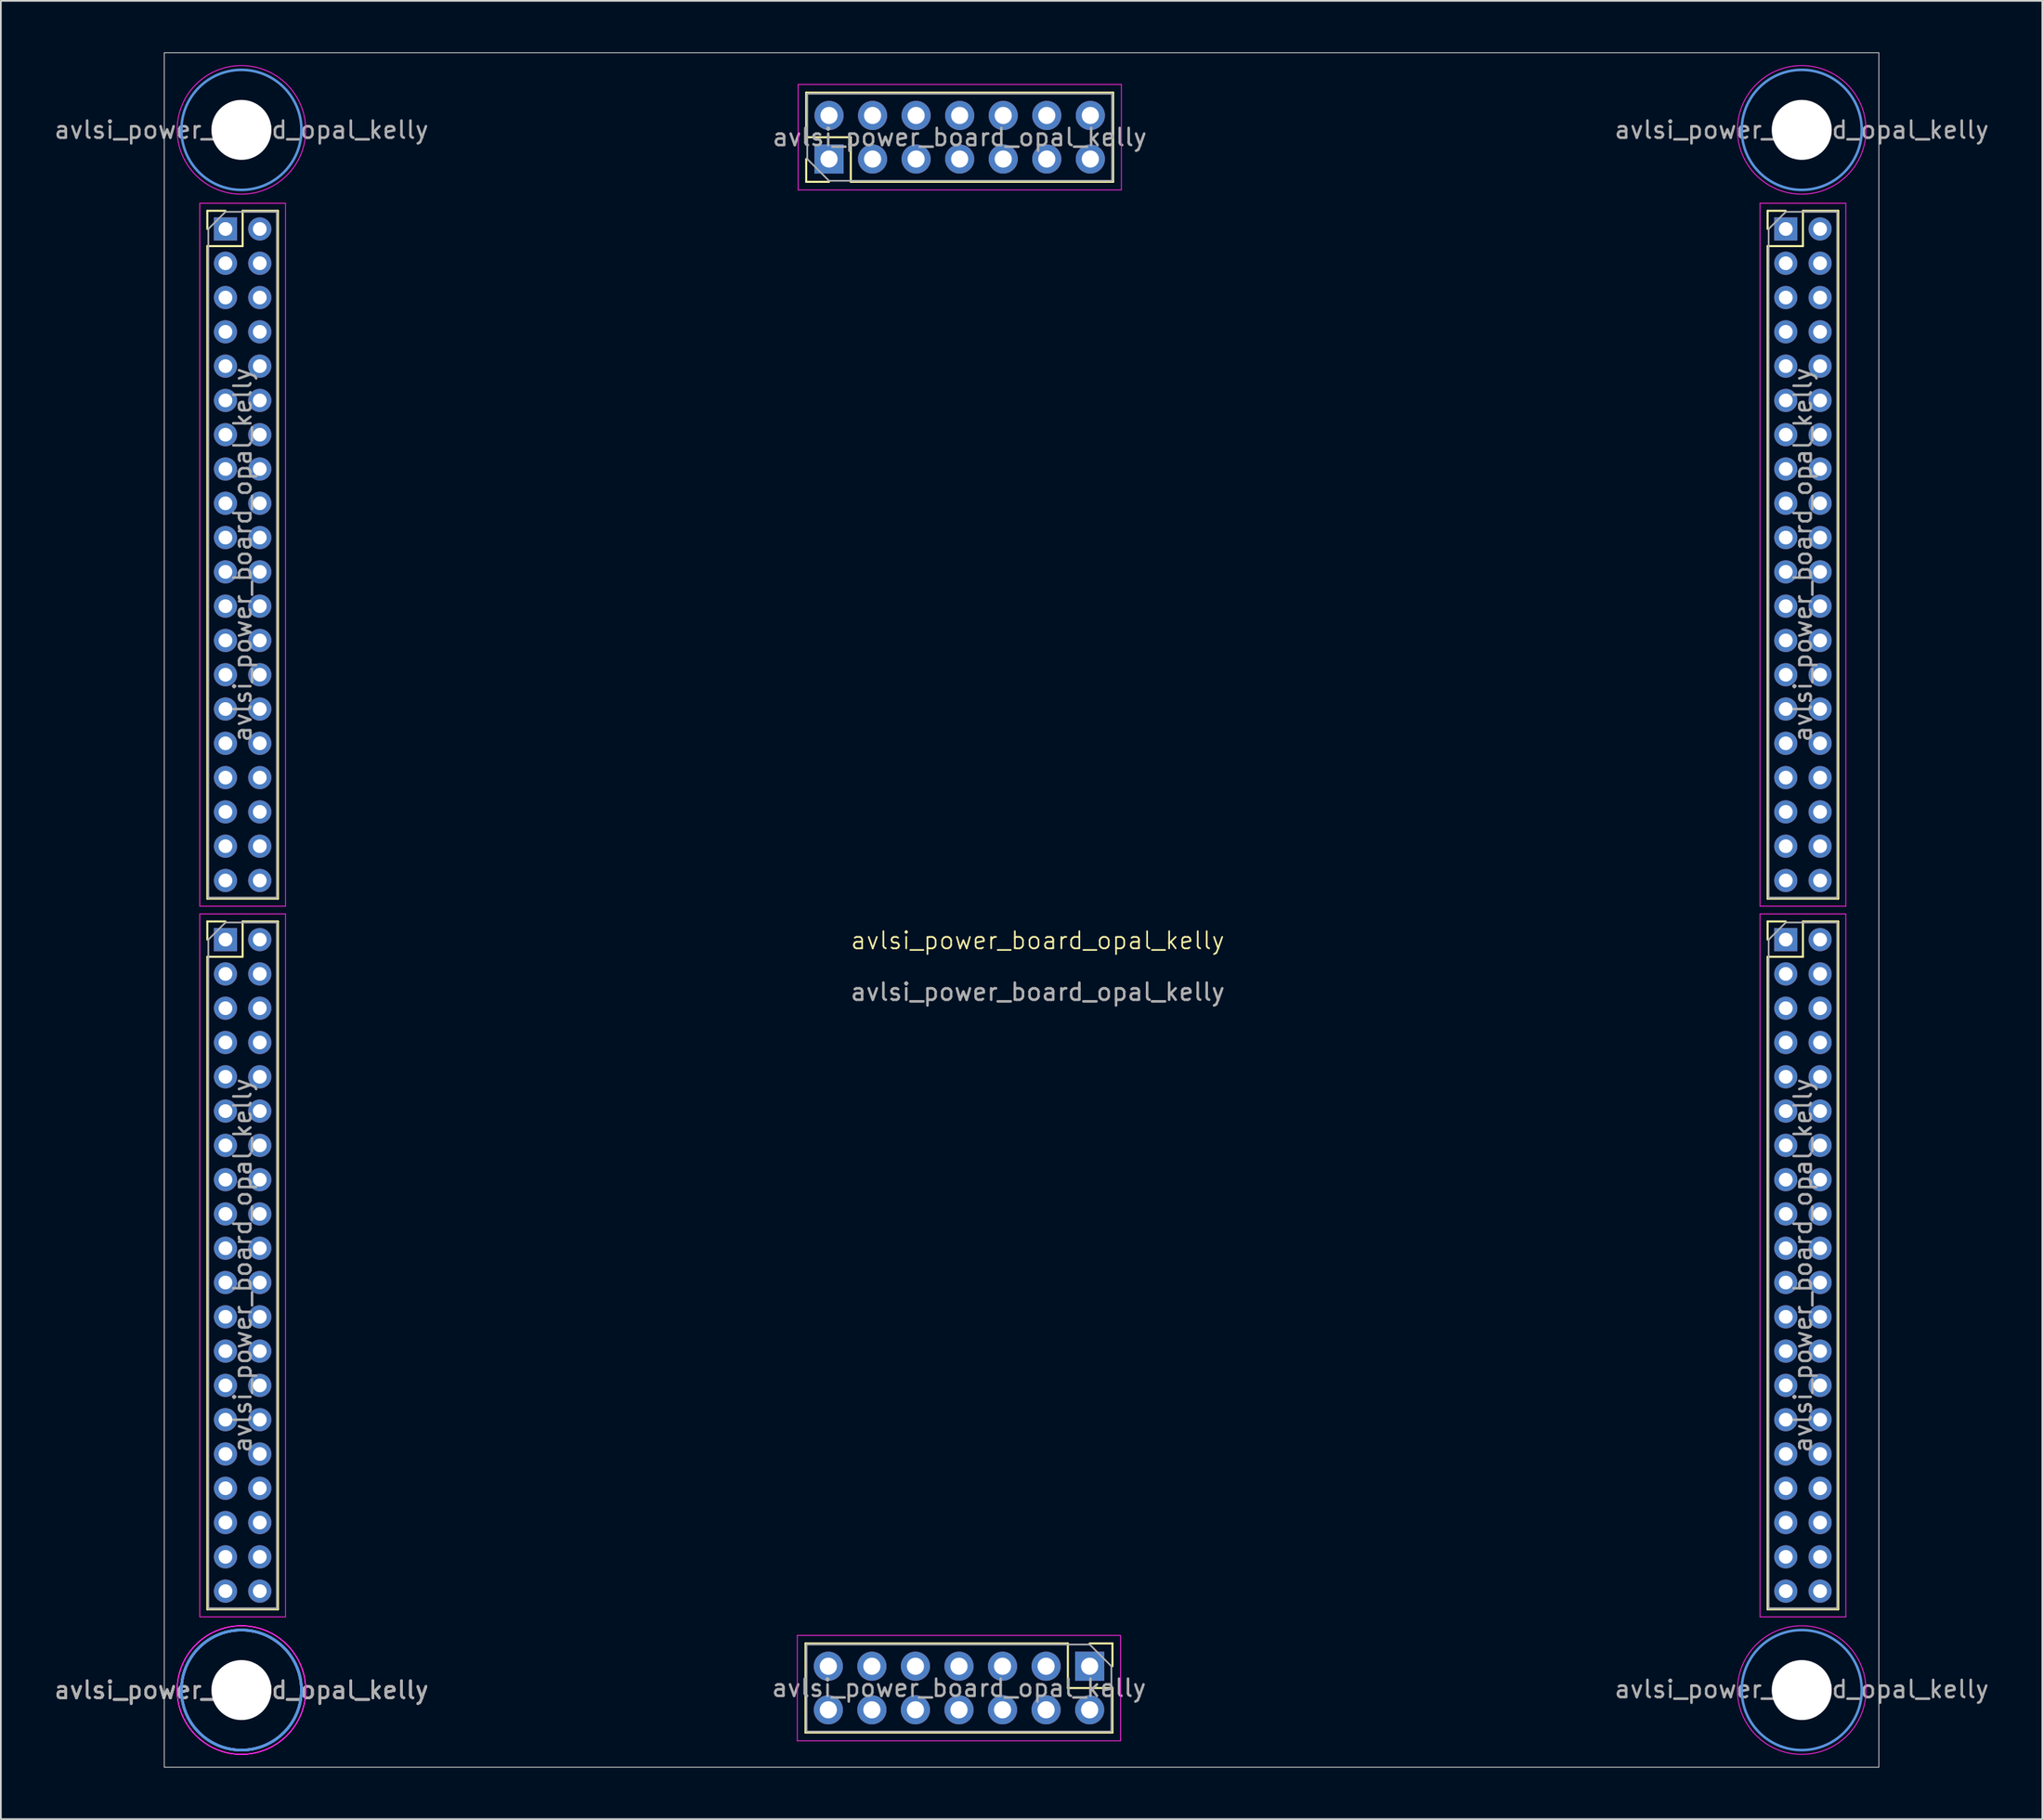
<source format=kicad_pcb>
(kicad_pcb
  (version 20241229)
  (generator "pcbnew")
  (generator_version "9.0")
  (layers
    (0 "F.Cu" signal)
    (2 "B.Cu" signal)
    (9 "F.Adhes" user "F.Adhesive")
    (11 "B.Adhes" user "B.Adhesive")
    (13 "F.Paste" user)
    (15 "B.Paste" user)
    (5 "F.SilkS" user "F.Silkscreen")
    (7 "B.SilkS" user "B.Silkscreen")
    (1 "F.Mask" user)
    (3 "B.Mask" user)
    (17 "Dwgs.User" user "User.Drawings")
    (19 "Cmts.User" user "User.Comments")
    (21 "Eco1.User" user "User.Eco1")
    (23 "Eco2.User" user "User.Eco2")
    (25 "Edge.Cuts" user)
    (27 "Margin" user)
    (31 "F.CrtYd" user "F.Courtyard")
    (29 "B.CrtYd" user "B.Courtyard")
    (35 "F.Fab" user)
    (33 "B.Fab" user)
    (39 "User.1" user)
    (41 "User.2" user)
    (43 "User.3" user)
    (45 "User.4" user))
  (footprint "avlsi_power_board_opal_kelly"
    (layer "F.Cu")
    (at 57.47 52.305)
    (property "Reference" "avlsi_power_board_opal_kelly" (at 0 -0.5 0) (unlocked yes) (layer "F.SilkS") (effects (font (size 1 1) (thickness 0.1))))
    (attr through_hole)
    (fp_line (start -48.43 -43.06) (end -47.37 -43.06) (stroke (width 0.12) (type solid)) (layer "F.SilkS"))
    (fp_line (start -48.43 -42) (end -48.43 -43.06) (stroke (width 0.12) (type solid)) (layer "F.SilkS"))
    (fp_line (start -48.43 -41) (end -48.43 -2.94) (stroke (width 0.12) (type solid)) (layer "F.SilkS"))
    (fp_line (start -48.43 -41) (end -46.37 -41) (stroke (width 0.12) (type solid)) (layer "F.SilkS"))
    (fp_line (start -48.43 -2.94) (end -44.31 -2.94) (stroke (width 0.12) (type solid)) (layer "F.SilkS"))
    (fp_line (start -48.43 -1.61) (end -47.37 -1.61) (stroke (width 0.12) (type solid)) (layer "F.SilkS"))
    (fp_line (start -48.43 -0.55) (end -48.43 -1.61) (stroke (width 0.12) (type solid)) (layer "F.SilkS"))
    (fp_line (start -48.43 0.45) (end -48.43 38.51) (stroke (width 0.12) (type solid)) (layer "F.SilkS"))
    (fp_line (start -48.43 0.45) (end -46.37 0.45) (stroke (width 0.12) (type solid)) (layer "F.SilkS"))
    (fp_line (start -48.43 38.51) (end -44.31 38.51) (stroke (width 0.12) (type solid)) (layer "F.SilkS"))
    (fp_line (start -46.37 -43.06) (end -44.31 -43.06) (stroke (width 0.12) (type solid)) (layer "F.SilkS"))
    (fp_line (start -46.37 -41) (end -46.37 -43.06) (stroke (width 0.12) (type solid)) (layer "F.SilkS"))
    (fp_line (start -46.37 -1.61) (end -44.31 -1.61) (stroke (width 0.12) (type solid)) (layer "F.SilkS"))
    (fp_line (start -46.37 0.45) (end -46.37 -1.61) (stroke (width 0.12) (type solid)) (layer "F.SilkS"))
    (fp_line (start -44.31 -43.06) (end -44.31 -2.94) (stroke (width 0.12) (type solid)) (layer "F.SilkS"))
    (fp_line (start -44.31 -1.61) (end -44.31 38.51) (stroke (width 0.12) (type solid)) (layer "F.SilkS"))
    (fp_line (start -13.54 40.5) (end -13.54 45.7) (stroke (width 0.12) (type solid)) (layer "F.SilkS"))
    (fp_line (start -13.5 -49.95) (end 4.4 -49.95) (stroke (width 0.12) (type solid)) (layer "F.SilkS"))
    (fp_line (start -13.5 -47.35) (end -13.5 -49.95) (stroke (width 0.12) (type solid)) (layer "F.SilkS"))
    (fp_line (start -13.5 -44.75) (end -13.5 -46.08) (stroke (width 0.12) (type solid)) (layer "F.SilkS"))
    (fp_line (start -12.17 -44.75) (end -13.5 -44.75) (stroke (width 0.12) (type solid)) (layer "F.SilkS"))
    (fp_line (start -10.9 -47.35) (end -13.5 -47.35) (stroke (width 0.12) (type solid)) (layer "F.SilkS"))
    (fp_line (start -10.9 -44.75) (end -10.9 -47.35) (stroke (width 0.12) (type solid)) (layer "F.SilkS"))
    (fp_line (start -10.9 -44.75) (end 4.4 -44.75) (stroke (width 0.12) (type solid)) (layer "F.SilkS"))
    (fp_line (start 1.76 40.5) (end -13.54 40.5) (stroke (width 0.12) (type solid)) (layer "F.SilkS"))
    (fp_line (start 1.76 40.5) (end 1.76 43.1) (stroke (width 0.12) (type solid)) (layer "F.SilkS"))
    (fp_line (start 1.76 43.1) (end 4.36 43.1) (stroke (width 0.12) (type solid)) (layer "F.SilkS"))
    (fp_line (start 3.03 40.5) (end 4.36 40.5) (stroke (width 0.12) (type solid)) (layer "F.SilkS"))
    (fp_line (start 4.36 40.5) (end 4.36 41.83) (stroke (width 0.12) (type solid)) (layer "F.SilkS"))
    (fp_line (start 4.36 43.1) (end 4.36 45.7) (stroke (width 0.12) (type solid)) (layer "F.SilkS"))
    (fp_line (start 4.36 45.7) (end -13.54 45.7) (stroke (width 0.12) (type solid)) (layer "F.SilkS"))
    (fp_line (start 4.4 -44.75) (end 4.4 -49.95) (stroke (width 0.12) (type solid)) (layer "F.SilkS"))
    (fp_line (start 42.57 -43.06) (end 43.63 -43.06) (stroke (width 0.12) (type solid)) (layer "F.SilkS"))
    (fp_line (start 42.57 -42) (end 42.57 -43.06) (stroke (width 0.12) (type solid)) (layer "F.SilkS"))
    (fp_line (start 42.57 -41) (end 42.57 -2.94) (stroke (width 0.12) (type solid)) (layer "F.SilkS"))
    (fp_line (start 42.57 -41) (end 44.63 -41) (stroke (width 0.12) (type solid)) (layer "F.SilkS"))
    (fp_line (start 42.57 -2.94) (end 46.69 -2.94) (stroke (width 0.12) (type solid)) (layer "F.SilkS"))
    (fp_line (start 42.57 -1.61) (end 43.63 -1.61) (stroke (width 0.12) (type solid)) (layer "F.SilkS"))
    (fp_line (start 42.57 -0.55) (end 42.57 -1.61) (stroke (width 0.12) (type solid)) (layer "F.SilkS"))
    (fp_line (start 42.57 0.45) (end 42.57 38.51) (stroke (width 0.12) (type solid)) (layer "F.SilkS"))
    (fp_line (start 42.57 0.45) (end 44.63 0.45) (stroke (width 0.12) (type solid)) (layer "F.SilkS"))
    (fp_line (start 42.57 38.51) (end 46.69 38.51) (stroke (width 0.12) (type solid)) (layer "F.SilkS"))
    (fp_line (start 44.63 -43.06) (end 46.69 -43.06) (stroke (width 0.12) (type solid)) (layer "F.SilkS"))
    (fp_line (start 44.63 -41) (end 44.63 -43.06) (stroke (width 0.12) (type solid)) (layer "F.SilkS"))
    (fp_line (start 44.63 -1.61) (end 46.69 -1.61) (stroke (width 0.12) (type solid)) (layer "F.SilkS"))
    (fp_line (start 44.63 0.45) (end 44.63 -1.61) (stroke (width 0.12) (type solid)) (layer "F.SilkS"))
    (fp_line (start 46.69 -43.06) (end 46.69 -2.94) (stroke (width 0.12) (type solid)) (layer "F.SilkS"))
    (fp_line (start 46.69 -1.61) (end 46.69 38.51) (stroke (width 0.12) (type solid)) (layer "F.SilkS"))
    (fp_circle (center -46.44 -47.78) (end -42.94 -47.78) (stroke (width 0.15) (type solid)) (fill no) (layer "Cmts.User"))
    (fp_circle (center -46.44 43.22) (end -42.94 43.22) (stroke (width 0.15) (type solid)) (fill no) (layer "Cmts.User"))
    (fp_circle (center -46.44 43.22) (end -42.94 43.22) (stroke (width 0.15) (type solid)) (fill no) (layer "Cmts.User"))
    (fp_circle (center -46.44 43.22) (end -42.94 43.22) (stroke (width 0.15) (type solid)) (fill no) (layer "Cmts.User"))
    (fp_circle (center -46.44 43.22) (end -42.94 43.22) (stroke (width 0.15) (type solid)) (fill no) (layer "Cmts.User"))
    (fp_circle (center 44.56 -47.78) (end 48.06 -47.78) (stroke (width 0.15) (type solid)) (fill no) (layer "Cmts.User"))
    (fp_circle (center 44.56 43.22) (end 48.06 43.22) (stroke (width 0.15) (type solid)) (fill no) (layer "Cmts.User"))
    (fp_rect (start -50.94 -52.28) (end 49.06 47.72) (stroke (width 0.05) (type default)) (fill no) (layer "Edge.Cuts"))
    (fp_line (start -48.87 -43.5) (end -48.87 -2.5) (stroke (width 0.05) (type solid)) (layer "F.CrtYd"))
    (fp_line (start -48.87 -2.5) (end -43.87 -2.5) (stroke (width 0.05) (type solid)) (layer "F.CrtYd"))
    (fp_line (start -48.87 -2.05) (end -48.87 38.95) (stroke (width 0.05) (type solid)) (layer "F.CrtYd"))
    (fp_line (start -48.87 38.95) (end -43.87 38.95) (stroke (width 0.05) (type solid)) (layer "F.CrtYd"))
    (fp_line (start -43.87 -43.5) (end -48.87 -43.5) (stroke (width 0.05) (type solid)) (layer "F.CrtYd"))
    (fp_line (start -43.87 -2.5) (end -43.87 -43.5) (stroke (width 0.05) (type solid)) (layer "F.CrtYd"))
    (fp_line (start -43.87 -2.05) (end -48.87 -2.05) (stroke (width 0.05) (type solid)) (layer "F.CrtYd"))
    (fp_line (start -43.87 38.95) (end -43.87 -2.05) (stroke (width 0.05) (type solid)) (layer "F.CrtYd"))
    (fp_line (start -14.02 40.03) (end -14.02 46.18) (stroke (width 0.05) (type solid)) (layer "F.CrtYd"))
    (fp_line (start -14.02 46.18) (end 4.83 46.18) (stroke (width 0.05) (type solid)) (layer "F.CrtYd"))
    (fp_line (start -13.97 -50.43) (end -13.97 -44.28) (stroke (width 0.05) (type solid)) (layer "F.CrtYd"))
    (fp_line (start -13.97 -44.28) (end 4.88 -44.28) (stroke (width 0.05) (type solid)) (layer "F.CrtYd"))
    (fp_line (start 4.83 40.03) (end -14.02 40.03) (stroke (width 0.05) (type solid)) (layer "F.CrtYd"))
    (fp_line (start 4.83 46.18) (end 4.83 40.03) (stroke (width 0.05) (type solid)) (layer "F.CrtYd"))
    (fp_line (start 4.88 -50.43) (end -13.97 -50.43) (stroke (width 0.05) (type solid)) (layer "F.CrtYd"))
    (fp_line (start 4.88 -44.28) (end 4.88 -50.43) (stroke (width 0.05) (type solid)) (layer "F.CrtYd"))
    (fp_line (start 42.13 -43.5) (end 42.13 -2.5) (stroke (width 0.05) (type solid)) (layer "F.CrtYd"))
    (fp_line (start 42.13 -2.5) (end 47.13 -2.5) (stroke (width 0.05) (type solid)) (layer "F.CrtYd"))
    (fp_line (start 42.13 -2.05) (end 42.13 38.95) (stroke (width 0.05) (type solid)) (layer "F.CrtYd"))
    (fp_line (start 42.13 38.95) (end 47.13 38.95) (stroke (width 0.05) (type solid)) (layer "F.CrtYd"))
    (fp_line (start 47.13 -43.5) (end 42.13 -43.5) (stroke (width 0.05) (type solid)) (layer "F.CrtYd"))
    (fp_line (start 47.13 -2.5) (end 47.13 -43.5) (stroke (width 0.05) (type solid)) (layer "F.CrtYd"))
    (fp_line (start 47.13 -2.05) (end 42.13 -2.05) (stroke (width 0.05) (type solid)) (layer "F.CrtYd"))
    (fp_line (start 47.13 38.95) (end 47.13 -2.05) (stroke (width 0.05) (type solid)) (layer "F.CrtYd"))
    (fp_circle (center -46.44 -47.78) (end -42.69 -47.78) (stroke (width 0.05) (type solid)) (fill no) (layer "F.CrtYd"))
    (fp_circle (center -46.44 43.22) (end -42.69 43.22) (stroke (width 0.05) (type solid)) (fill no) (layer "F.CrtYd"))
    (fp_circle (center -46.44 43.22) (end -42.69 43.22) (stroke (width 0.05) (type solid)) (fill no) (layer "F.CrtYd"))
    (fp_circle (center -46.44 43.22) (end -42.69 43.22) (stroke (width 0.05) (type solid)) (fill no) (layer "F.CrtYd"))
    (fp_circle (center -46.44 43.22) (end -42.69 43.22) (stroke (width 0.05) (type solid)) (fill no) (layer "F.CrtYd"))
    (fp_circle (center 44.56 -47.78) (end 48.31 -47.78) (stroke (width 0.05) (type solid)) (fill no) (layer "F.CrtYd"))
    (fp_circle (center 44.56 43.22) (end 48.31 43.22) (stroke (width 0.05) (type solid)) (fill no) (layer "F.CrtYd"))
    (fp_line (start -48.37 -42) (end -47.37 -43) (stroke (width 0.1) (type solid)) (layer "F.Fab"))
    (fp_line (start -48.37 -3) (end -48.37 -42) (stroke (width 0.1) (type solid)) (layer "F.Fab"))
    (fp_line (start -48.37 -0.55) (end -47.37 -1.55) (stroke (width 0.1) (type solid)) (layer "F.Fab"))
    (fp_line (start -48.37 38.45) (end -48.37 -0.55) (stroke (width 0.1) (type solid)) (layer "F.Fab"))
    (fp_line (start -47.37 -43) (end -44.37 -43) (stroke (width 0.1) (type solid)) (layer "F.Fab"))
    (fp_line (start -47.37 -1.55) (end -44.37 -1.55) (stroke (width 0.1) (type solid)) (layer "F.Fab"))
    (fp_line (start -44.37 -43) (end -44.37 -3) (stroke (width 0.1) (type solid)) (layer "F.Fab"))
    (fp_line (start -44.37 -3) (end -48.37 -3) (stroke (width 0.1) (type solid)) (layer "F.Fab"))
    (fp_line (start -44.37 -1.55) (end -44.37 38.45) (stroke (width 0.1) (type solid)) (layer "F.Fab"))
    (fp_line (start -44.37 38.45) (end -48.37 38.45) (stroke (width 0.1) (type solid)) (layer "F.Fab"))
    (fp_line (start -13.48 40.56) (end 3.03 40.56) (stroke (width 0.1) (type solid)) (layer "F.Fab"))
    (fp_line (start -13.48 45.64) (end -13.48 40.56) (stroke (width 0.1) (type solid)) (layer "F.Fab"))
    (fp_line (start -13.44 -49.89) (end 4.34 -49.89) (stroke (width 0.1) (type solid)) (layer "F.Fab"))
    (fp_line (start -13.44 -46.08) (end -13.44 -49.89) (stroke (width 0.1) (type solid)) (layer "F.Fab"))
    (fp_line (start -12.17 -44.81) (end -13.44 -46.08) (stroke (width 0.1) (type solid)) (layer "F.Fab"))
    (fp_line (start 3.03 40.56) (end 4.3 41.83) (stroke (width 0.1) (type solid)) (layer "F.Fab"))
    (fp_line (start 4.3 41.83) (end 4.3 45.64) (stroke (width 0.1) (type solid)) (layer "F.Fab"))
    (fp_line (start 4.3 45.64) (end -13.48 45.64) (stroke (width 0.1) (type solid)) (layer "F.Fab"))
    (fp_line (start 4.34 -49.89) (end 4.34 -44.81) (stroke (width 0.1) (type solid)) (layer "F.Fab"))
    (fp_line (start 4.34 -44.81) (end -12.17 -44.81) (stroke (width 0.1) (type solid)) (layer "F.Fab"))
    (fp_line (start 42.63 -42) (end 43.63 -43) (stroke (width 0.1) (type solid)) (layer "F.Fab"))
    (fp_line (start 42.63 -3) (end 42.63 -42) (stroke (width 0.1) (type solid)) (layer "F.Fab"))
    (fp_line (start 42.63 -0.55) (end 43.63 -1.55) (stroke (width 0.1) (type solid)) (layer "F.Fab"))
    (fp_line (start 42.63 38.45) (end 42.63 -0.55) (stroke (width 0.1) (type solid)) (layer "F.Fab"))
    (fp_line (start 43.63 -43) (end 46.63 -43) (stroke (width 0.1) (type solid)) (layer "F.Fab"))
    (fp_line (start 43.63 -1.55) (end 46.63 -1.55) (stroke (width 0.1) (type solid)) (layer "F.Fab"))
    (fp_line (start 46.63 -43) (end 46.63 -3) (stroke (width 0.1) (type solid)) (layer "F.Fab"))
    (fp_line (start 46.63 -3) (end 42.63 -3) (stroke (width 0.1) (type solid)) (layer "F.Fab"))
    (fp_line (start 46.63 -1.55) (end 46.63 38.45) (stroke (width 0.1) (type solid)) (layer "F.Fab"))
    (fp_line (start 46.63 38.45) (end 42.63 38.45) (stroke (width 0.1) (type solid)) (layer "F.Fab"))
    (fp_text user "${REFERENCE}" (at 44.56 -47.78 0) (layer "F.Fab") (effects (font (size 1 1) (thickness 0.15))))
    (fp_text user "${REFERENCE}" (at -4.59 43.1 0) (layer "F.Fab") (effects (font (size 1 1) (thickness 0.15))))
    (fp_text user "${REFERENCE}" (at -46.44 43.22 0) (layer "F.Fab") (effects (font (size 1 1) (thickness 0.15))))
    (fp_text user "${REFERENCE}" (at 44.63 18.45 90) (layer "F.Fab") (effects (font (size 1 1) (thickness 0.15))))
    (fp_text user "${REFERENCE}" (at -4.55 -47.35 180) (layer "F.Fab") (effects (font (size 1 1) (thickness 0.15))))
    (fp_text user "${REFERENCE}" (at -46.44 43.22 0) (layer "F.Fab") (effects (font (size 1 1) (thickness 0.15))))
    (fp_text user "${REFERENCE}" (at 0 2.5 0) (unlocked yes) (layer "F.Fab") (effects (font (size 1 1) (thickness 0.15))))
    (fp_text user "${REFERENCE}" (at -46.44 -47.78 0) (layer "F.Fab") (effects (font (size 1 1) (thickness 0.15))))
    (fp_text user "${REFERENCE}" (at 44.63 -23 90) (layer "F.Fab") (effects (font (size 1 1) (thickness 0.15))))
    (fp_text user "${REFERENCE}" (at 44.56 43.17 0) (layer "F.Fab") (effects (font (size 1 1) (thickness 0.15))))
    (fp_text user "${REFERENCE}" (at -46.37 -23 90) (layer "F.Fab") (effects (font (size 1 1) (thickness 0.15))))
    (fp_text user "${REFERENCE}" (at -46.37 18.45 90) (layer "F.Fab") (effects (font (size 1 1) (thickness 0.15))))
    (fp_text user "${REFERENCE}" (at -46.44 43.22 0) (layer "F.Fab") (effects (font (size 1 1) (thickness 0.15))))
    (fp_text user "${REFERENCE}" (at -46.44 43.22 0) (layer "F.Fab") (effects (font (size 1 1) (thickness 0.15))))
    (pad "" np_thru_hole circle (at -46.44 -47.78) (size 3.5 3.5) (drill 3.5) (layers "*.Cu" "*.Mask"))
    (pad "" np_thru_hole circle (at -46.44 43.22) (size 3.5 3.5) (drill 3.5) (layers "*.Cu" "*.Mask"))
    (pad "" np_thru_hole circle (at 44.56 -47.78) (size 3.5 3.5) (drill 3.5) (layers "*.Cu" "*.Mask"))
    (pad "" np_thru_hole circle (at 44.56 43.22) (size 3.5 3.5) (drill 3.5) (layers "*.Cu" "*.Mask"))
    (pad "01" thru_hole rect (at -47.37 -42) (size 1.35 1.35) (drill 0.8) (layers "*.Cu" "*.Mask"))
    (pad "02" thru_hole oval (at -45.37 -42) (size 1.35 1.35) (drill 0.8) (layers "*.Cu" "*.Mask"))
    (pad "03" thru_hole oval (at -47.37 -40) (size 1.35 1.35) (drill 0.8) (layers "*.Cu" "*.Mask"))
    (pad "04" thru_hole oval (at -45.37 -40) (size 1.35 1.35) (drill 0.8) (layers "*.Cu" "*.Mask"))
    (pad "05" thru_hole oval (at -47.37 -38) (size 1.35 1.35) (drill 0.8) (layers "*.Cu" "*.Mask"))
    (pad "06" thru_hole oval (at -45.37 -38) (size 1.35 1.35) (drill 0.8) (layers "*.Cu" "*.Mask"))
    (pad "07" thru_hole oval (at -47.37 -36) (size 1.35 1.35) (drill 0.8) (layers "*.Cu" "*.Mask"))
    (pad "08" thru_hole oval (at -45.37 -36) (size 1.35 1.35) (drill 0.8) (layers "*.Cu" "*.Mask"))
    (pad "09" thru_hole oval (at -47.37 -34) (size 1.35 1.35) (drill 0.8) (layers "*.Cu" "*.Mask"))
    (pad "10" thru_hole oval (at -45.37 -34) (size 1.35 1.35) (drill 0.8) (layers "*.Cu" "*.Mask"))
    (pad "11" thru_hole oval (at -47.37 -32) (size 1.35 1.35) (drill 0.8) (layers "*.Cu" "*.Mask"))
    (pad "12" thru_hole oval (at -45.37 -32) (size 1.35 1.35) (drill 0.8) (layers "*.Cu" "*.Mask"))
    (pad "13" thru_hole oval (at -47.37 -30) (size 1.35 1.35) (drill 0.8) (layers "*.Cu" "*.Mask"))
    (pad "14" thru_hole oval (at -45.37 -30) (size 1.35 1.35) (drill 0.8) (layers "*.Cu" "*.Mask"))
    (pad "15" thru_hole oval (at -47.37 -28) (size 1.35 1.35) (drill 0.8) (layers "*.Cu" "*.Mask"))
    (pad "16" thru_hole oval (at -45.37 -28) (size 1.35 1.35) (drill 0.8) (layers "*.Cu" "*.Mask"))
    (pad "17" thru_hole oval (at -47.37 -26) (size 1.35 1.35) (drill 0.8) (layers "*.Cu" "*.Mask"))
    (pad "18" thru_hole oval (at -45.37 -26) (size 1.35 1.35) (drill 0.8) (layers "*.Cu" "*.Mask"))
    (pad "19" thru_hole oval (at -47.37 -24) (size 1.35 1.35) (drill 0.8) (layers "*.Cu" "*.Mask"))
    (pad "20" thru_hole oval (at -45.37 -24) (size 1.35 1.35) (drill 0.8) (layers "*.Cu" "*.Mask"))
    (pad "21" thru_hole oval (at -47.37 -22) (size 1.35 1.35) (drill 0.8) (layers "*.Cu" "*.Mask"))
    (pad "22" thru_hole oval (at -45.37 -22) (size 1.35 1.35) (drill 0.8) (layers "*.Cu" "*.Mask"))
    (pad "23" thru_hole oval (at -47.37 -20) (size 1.35 1.35) (drill 0.8) (layers "*.Cu" "*.Mask"))
    (pad "24" thru_hole oval (at -45.37 -20) (size 1.35 1.35) (drill 0.8) (layers "*.Cu" "*.Mask"))
    (pad "25" thru_hole oval (at -47.37 -18) (size 1.35 1.35) (drill 0.8) (layers "*.Cu" "*.Mask"))
    (pad "26" thru_hole oval (at -45.37 -18) (size 1.35 1.35) (drill 0.8) (layers "*.Cu" "*.Mask"))
    (pad "27" thru_hole oval (at -47.37 -16) (size 1.35 1.35) (drill 0.8) (layers "*.Cu" "*.Mask"))
    (pad "28" thru_hole oval (at -45.37 -16) (size 1.35 1.35) (drill 0.8) (layers "*.Cu" "*.Mask"))
    (pad "29" thru_hole oval (at -47.37 -14) (size 1.35 1.35) (drill 0.8) (layers "*.Cu" "*.Mask"))
    (pad "30" thru_hole oval (at -45.37 -14) (size 1.35 1.35) (drill 0.8) (layers "*.Cu" "*.Mask"))
    (pad "31" thru_hole oval (at -47.37 -12) (size 1.35 1.35) (drill 0.8) (layers "*.Cu" "*.Mask"))
    (pad "32" thru_hole oval (at -45.37 -12) (size 1.35 1.35) (drill 0.8) (layers "*.Cu" "*.Mask"))
    (pad "33" thru_hole oval (at -47.37 -10) (size 1.35 1.35) (drill 0.8) (layers "*.Cu" "*.Mask"))
    (pad "34" thru_hole oval (at -45.37 -10) (size 1.35 1.35) (drill 0.8) (layers "*.Cu" "*.Mask"))
    (pad "35" thru_hole oval (at -47.37 -8) (size 1.35 1.35) (drill 0.8) (layers "*.Cu" "*.Mask"))
    (pad "36" thru_hole oval (at -45.37 -8) (size 1.35 1.35) (drill 0.8) (layers "*.Cu" "*.Mask"))
    (pad "37" thru_hole oval (at -47.37 -6) (size 1.35 1.35) (drill 0.8) (layers "*.Cu" "*.Mask"))
    (pad "38" thru_hole oval (at -45.37 -6) (size 1.35 1.35) (drill 0.8) (layers "*.Cu" "*.Mask"))
    (pad "39" thru_hole oval (at -47.37 -4) (size 1.35 1.35) (drill 0.8) (layers "*.Cu" "*.Mask"))
    (pad "40" thru_hole oval (at -45.37 -4) (size 1.35 1.35) (drill 0.8) (layers "*.Cu" "*.Mask"))
    (pad "41" thru_hole rect (at -47.37 -0.55) (size 1.35 1.35) (drill 0.8) (layers "*.Cu" "*.Mask"))
    (pad "42" thru_hole oval (at -45.37 -0.55) (size 1.35 1.35) (drill 0.8) (layers "*.Cu" "*.Mask"))
    (pad "43" thru_hole oval (at -47.37 1.45) (size 1.35 1.35) (drill 0.8) (layers "*.Cu" "*.Mask"))
    (pad "44" thru_hole oval (at -45.37 1.45) (size 1.35 1.35) (drill 0.8) (layers "*.Cu" "*.Mask"))
    (pad "45" thru_hole oval (at -47.37 3.45) (size 1.35 1.35) (drill 0.8) (layers "*.Cu" "*.Mask"))
    (pad "46" thru_hole oval (at -45.37 3.45) (size 1.35 1.35) (drill 0.8) (layers "*.Cu" "*.Mask"))
    (pad "47" thru_hole oval (at -47.37 5.45) (size 1.35 1.35) (drill 0.8) (layers "*.Cu" "*.Mask"))
    (pad "48" thru_hole oval (at -45.37 5.45) (size 1.35 1.35) (drill 0.8) (layers "*.Cu" "*.Mask"))
    (pad "49" thru_hole oval (at -47.37 7.45) (size 1.35 1.35) (drill 0.8) (layers "*.Cu" "*.Mask"))
    (pad "50" thru_hole oval (at -45.37 7.45) (size 1.35 1.35) (drill 0.8) (layers "*.Cu" "*.Mask"))
    (pad "51" thru_hole oval (at -47.37 9.45) (size 1.35 1.35) (drill 0.8) (layers "*.Cu" "*.Mask"))
    (pad "52" thru_hole oval (at -45.37 9.45) (size 1.35 1.35) (drill 0.8) (layers "*.Cu" "*.Mask"))
    (pad "53" thru_hole oval (at -47.37 11.45) (size 1.35 1.35) (drill 0.8) (layers "*.Cu" "*.Mask"))
    (pad "54" thru_hole oval (at -45.37 11.45) (size 1.35 1.35) (drill 0.8) (layers "*.Cu" "*.Mask"))
    (pad "55" thru_hole oval (at -47.37 13.45) (size 1.35 1.35) (drill 0.8) (layers "*.Cu" "*.Mask"))
    (pad "56" thru_hole oval (at -45.37 13.45) (size 1.35 1.35) (drill 0.8) (layers "*.Cu" "*.Mask"))
    (pad "57" thru_hole oval (at -47.37 15.45) (size 1.35 1.35) (drill 0.8) (layers "*.Cu" "*.Mask"))
    (pad "58" thru_hole oval (at -45.37 15.45) (size 1.35 1.35) (drill 0.8) (layers "*.Cu" "*.Mask"))
    (pad "59" thru_hole oval (at -47.37 17.45) (size 1.35 1.35) (drill 0.8) (layers "*.Cu" "*.Mask"))
    (pad "60" thru_hole oval (at -45.37 17.45) (size 1.35 1.35) (drill 0.8) (layers "*.Cu" "*.Mask"))
    (pad "61" thru_hole oval (at -47.37 19.45) (size 1.35 1.35) (drill 0.8) (layers "*.Cu" "*.Mask"))
    (pad "62" thru_hole oval (at -45.37 19.45) (size 1.35 1.35) (drill 0.8) (layers "*.Cu" "*.Mask"))
    (pad "63" thru_hole oval (at -47.37 21.45) (size 1.35 1.35) (drill 0.8) (layers "*.Cu" "*.Mask"))
    (pad "64" thru_hole oval (at -45.37 21.45) (size 1.35 1.35) (drill 0.8) (layers "*.Cu" "*.Mask"))
    (pad "65" thru_hole oval (at -47.37 23.45) (size 1.35 1.35) (drill 0.8) (layers "*.Cu" "*.Mask"))
    (pad "66" thru_hole oval (at -45.37 23.45) (size 1.35 1.35) (drill 0.8) (layers "*.Cu" "*.Mask"))
    (pad "67" thru_hole oval (at -47.37 25.45) (size 1.35 1.35) (drill 0.8) (layers "*.Cu" "*.Mask"))
    (pad "68" thru_hole oval (at -45.37 25.45) (size 1.35 1.35) (drill 0.8) (layers "*.Cu" "*.Mask"))
    (pad "69" thru_hole oval (at -47.37 27.45) (size 1.35 1.35) (drill 0.8) (layers "*.Cu" "*.Mask"))
    (pad "70" thru_hole oval (at -45.37 27.45) (size 1.35 1.35) (drill 0.8) (layers "*.Cu" "*.Mask"))
    (pad "71" thru_hole oval (at -47.37 29.45) (size 1.35 1.35) (drill 0.8) (layers "*.Cu" "*.Mask"))
    (pad "72" thru_hole oval (at -45.37 29.45) (size 1.35 1.35) (drill 0.8) (layers "*.Cu" "*.Mask"))
    (pad "73" thru_hole oval (at -47.37 31.45) (size 1.35 1.35) (drill 0.8) (layers "*.Cu" "*.Mask"))
    (pad "74" thru_hole oval (at -45.37 31.45) (size 1.35 1.35) (drill 0.8) (layers "*.Cu" "*.Mask"))
    (pad "75" thru_hole oval (at -47.37 33.45) (size 1.35 1.35) (drill 0.8) (layers "*.Cu" "*.Mask"))
    (pad "76" thru_hole oval (at -45.37 33.45) (size 1.35 1.35) (drill 0.8) (layers "*.Cu" "*.Mask"))
    (pad "77" thru_hole oval (at -47.37 35.45) (size 1.35 1.35) (drill 0.8) (layers "*.Cu" "*.Mask"))
    (pad "78" thru_hole oval (at -45.37 35.45) (size 1.35 1.35) (drill 0.8) (layers "*.Cu" "*.Mask"))
    (pad "79" thru_hole oval (at -47.37 37.45) (size 1.35 1.35) (drill 0.8) (layers "*.Cu" "*.Mask"))
    (pad "80" thru_hole oval (at -45.37 37.45) (size 1.35 1.35) (drill 0.8) (layers "*.Cu" "*.Mask"))
    (pad "81" thru_hole rect (at 43.63 -42) (size 1.35 1.35) (drill 0.8) (layers "*.Cu" "*.Mask"))
    (pad "82" thru_hole oval (at 45.63 -42) (size 1.35 1.35) (drill 0.8) (layers "*.Cu" "*.Mask"))
    (pad "83" thru_hole oval (at 43.63 -40) (size 1.35 1.35) (drill 0.8) (layers "*.Cu" "*.Mask"))
    (pad "84" thru_hole oval (at 45.63 -40) (size 1.35 1.35) (drill 0.8) (layers "*.Cu" "*.Mask"))
    (pad "85" thru_hole oval (at 43.63 -38) (size 1.35 1.35) (drill 0.8) (layers "*.Cu" "*.Mask"))
    (pad "86" thru_hole oval (at 45.63 -38) (size 1.35 1.35) (drill 0.8) (layers "*.Cu" "*.Mask"))
    (pad "87" thru_hole oval (at 43.63 -36) (size 1.35 1.35) (drill 0.8) (layers "*.Cu" "*.Mask"))
    (pad "88" thru_hole oval (at 45.63 -36) (size 1.35 1.35) (drill 0.8) (layers "*.Cu" "*.Mask"))
    (pad "89" thru_hole oval (at 43.63 -34) (size 1.35 1.35) (drill 0.8) (layers "*.Cu" "*.Mask"))
    (pad "90" thru_hole oval (at 45.63 -34) (size 1.35 1.35) (drill 0.8) (layers "*.Cu" "*.Mask"))
    (pad "91" thru_hole oval (at 43.63 -32) (size 1.35 1.35) (drill 0.8) (layers "*.Cu" "*.Mask"))
    (pad "92" thru_hole oval (at 45.63 -32) (size 1.35 1.35) (drill 0.8) (layers "*.Cu" "*.Mask"))
    (pad "93" thru_hole oval (at 43.63 -30) (size 1.35 1.35) (drill 0.8) (layers "*.Cu" "*.Mask"))
    (pad "94" thru_hole oval (at 45.63 -30) (size 1.35 1.35) (drill 0.8) (layers "*.Cu" "*.Mask"))
    (pad "95" thru_hole oval (at 43.63 -28) (size 1.35 1.35) (drill 0.8) (layers "*.Cu" "*.Mask"))
    (pad "96" thru_hole oval (at 45.63 -28) (size 1.35 1.35) (drill 0.8) (layers "*.Cu" "*.Mask"))
    (pad "97" thru_hole oval (at 43.63 -26) (size 1.35 1.35) (drill 0.8) (layers "*.Cu" "*.Mask"))
    (pad "98" thru_hole oval (at 45.63 -26) (size 1.35 1.35) (drill 0.8) (layers "*.Cu" "*.Mask"))
    (pad "99" thru_hole oval (at 43.63 -24) (size 1.35 1.35) (drill 0.8) (layers "*.Cu" "*.Mask"))
    (pad "100" thru_hole oval (at 45.63 -24) (size 1.35 1.35) (drill 0.8) (layers "*.Cu" "*.Mask"))
    (pad "101" thru_hole oval (at 43.63 -22) (size 1.35 1.35) (drill 0.8) (layers "*.Cu" "*.Mask"))
    (pad "102" thru_hole oval (at 45.63 -22) (size 1.35 1.35) (drill 0.8) (layers "*.Cu" "*.Mask"))
    (pad "103" thru_hole oval (at 43.63 -20) (size 1.35 1.35) (drill 0.8) (layers "*.Cu" "*.Mask"))
    (pad "104" thru_hole oval (at 45.63 -20) (size 1.35 1.35) (drill 0.8) (layers "*.Cu" "*.Mask"))
    (pad "105" thru_hole oval (at 43.63 -18) (size 1.35 1.35) (drill 0.8) (layers "*.Cu" "*.Mask"))
    (pad "106" thru_hole oval (at 45.63 -18) (size 1.35 1.35) (drill 0.8) (layers "*.Cu" "*.Mask"))
    (pad "107" thru_hole oval (at 43.63 -16) (size 1.35 1.35) (drill 0.8) (layers "*.Cu" "*.Mask"))
    (pad "108" thru_hole oval (at 45.63 -16) (size 1.35 1.35) (drill 0.8) (layers "*.Cu" "*.Mask"))
    (pad "109" thru_hole oval (at 43.63 -14) (size 1.35 1.35) (drill 0.8) (layers "*.Cu" "*.Mask"))
    (pad "110" thru_hole oval (at 45.63 -14) (size 1.35 1.35) (drill 0.8) (layers "*.Cu" "*.Mask"))
    (pad "111" thru_hole oval (at 43.63 -12) (size 1.35 1.35) (drill 0.8) (layers "*.Cu" "*.Mask"))
    (pad "112" thru_hole oval (at 45.63 -12) (size 1.35 1.35) (drill 0.8) (layers "*.Cu" "*.Mask"))
    (pad "113" thru_hole oval (at 43.63 -10) (size 1.35 1.35) (drill 0.8) (layers "*.Cu" "*.Mask"))
    (pad "114" thru_hole oval (at 45.63 -10) (size 1.35 1.35) (drill 0.8) (layers "*.Cu" "*.Mask"))
    (pad "115" thru_hole oval (at 43.63 -8) (size 1.35 1.35) (drill 0.8) (layers "*.Cu" "*.Mask"))
    (pad "116" thru_hole oval (at 45.63 -8) (size 1.35 1.35) (drill 0.8) (layers "*.Cu" "*.Mask"))
    (pad "117" thru_hole oval (at 43.63 -6) (size 1.35 1.35) (drill 0.8) (layers "*.Cu" "*.Mask"))
    (pad "118" thru_hole oval (at 45.63 -6) (size 1.35 1.35) (drill 0.8) (layers "*.Cu" "*.Mask"))
    (pad "119" thru_hole oval (at 43.63 -4) (size 1.35 1.35) (drill 0.8) (layers "*.Cu" "*.Mask"))
    (pad "120" thru_hole oval (at 45.63 -4) (size 1.35 1.35) (drill 0.8) (layers "*.Cu" "*.Mask"))
    (pad "121" thru_hole rect (at 43.63 -0.55) (size 1.35 1.35) (drill 0.8) (layers "*.Cu" "*.Mask"))
    (pad "122" thru_hole oval (at 45.63 -0.55) (size 1.35 1.35) (drill 0.8) (layers "*.Cu" "*.Mask"))
    (pad "123" thru_hole oval (at 43.63 1.45) (size 1.35 1.35) (drill 0.8) (layers "*.Cu" "*.Mask"))
    (pad "124" thru_hole oval (at 45.63 1.45) (size 1.35 1.35) (drill 0.8) (layers "*.Cu" "*.Mask"))
    (pad "125" thru_hole oval (at 43.63 3.45) (size 1.35 1.35) (drill 0.8) (layers "*.Cu" "*.Mask"))
    (pad "126" thru_hole oval (at 45.63 3.45) (size 1.35 1.35) (drill 0.8) (layers "*.Cu" "*.Mask"))
    (pad "127" thru_hole oval (at 43.63 5.45) (size 1.35 1.35) (drill 0.8) (layers "*.Cu" "*.Mask"))
    (pad "128" thru_hole oval (at 45.63 5.45) (size 1.35 1.35) (drill 0.8) (layers "*.Cu" "*.Mask"))
    (pad "129" thru_hole oval (at 43.63 7.45) (size 1.35 1.35) (drill 0.8) (layers "*.Cu" "*.Mask"))
    (pad "130" thru_hole oval (at 45.63 7.45) (size 1.35 1.35) (drill 0.8) (layers "*.Cu" "*.Mask"))
    (pad "131" thru_hole oval (at 43.63 9.45) (size 1.35 1.35) (drill 0.8) (layers "*.Cu" "*.Mask"))
    (pad "132" thru_hole oval (at 45.63 9.45) (size 1.35 1.35) (drill 0.8) (layers "*.Cu" "*.Mask"))
    (pad "133" thru_hole oval (at 43.63 11.45) (size 1.35 1.35) (drill 0.8) (layers "*.Cu" "*.Mask"))
    (pad "134" thru_hole oval (at 45.63 11.45) (size 1.35 1.35) (drill 0.8) (layers "*.Cu" "*.Mask"))
    (pad "135" thru_hole oval (at 43.63 13.45) (size 1.35 1.35) (drill 0.8) (layers "*.Cu" "*.Mask"))
    (pad "136" thru_hole oval (at 45.63 13.45) (size 1.35 1.35) (drill 0.8) (layers "*.Cu" "*.Mask"))
    (pad "137" thru_hole oval (at 43.63 15.45) (size 1.35 1.35) (drill 0.8) (layers "*.Cu" "*.Mask"))
    (pad "138" thru_hole oval (at 45.63 15.45) (size 1.35 1.35) (drill 0.8) (layers "*.Cu" "*.Mask"))
    (pad "139" thru_hole oval (at 43.63 17.45) (size 1.35 1.35) (drill 0.8) (layers "*.Cu" "*.Mask"))
    (pad "140" thru_hole oval (at 45.63 17.45) (size 1.35 1.35) (drill 0.8) (layers "*.Cu" "*.Mask"))
    (pad "141" thru_hole oval (at 43.63 19.45) (size 1.35 1.35) (drill 0.8) (layers "*.Cu" "*.Mask"))
    (pad "142" thru_hole oval (at 45.63 19.45) (size 1.35 1.35) (drill 0.8) (layers "*.Cu" "*.Mask"))
    (pad "143" thru_hole oval (at 43.63 21.45) (size 1.35 1.35) (drill 0.8) (layers "*.Cu" "*.Mask"))
    (pad "144" thru_hole oval (at 45.63 21.45) (size 1.35 1.35) (drill 0.8) (layers "*.Cu" "*.Mask"))
    (pad "145" thru_hole oval (at 43.63 23.45) (size 1.35 1.35) (drill 0.8) (layers "*.Cu" "*.Mask"))
    (pad "146" thru_hole oval (at 45.63 23.45) (size 1.35 1.35) (drill 0.8) (layers "*.Cu" "*.Mask"))
    (pad "147" thru_hole oval (at 43.63 25.45) (size 1.35 1.35) (drill 0.8) (layers "*.Cu" "*.Mask"))
    (pad "148" thru_hole oval (at 45.63 25.45) (size 1.35 1.35) (drill 0.8) (layers "*.Cu" "*.Mask"))
    (pad "149" thru_hole oval (at 43.63 27.45) (size 1.35 1.35) (drill 0.8) (layers "*.Cu" "*.Mask"))
    (pad "150" thru_hole oval (at 45.63 27.45) (size 1.35 1.35) (drill 0.8) (layers "*.Cu" "*.Mask"))
    (pad "151" thru_hole oval (at 43.63 29.45) (size 1.35 1.35) (drill 0.8) (layers "*.Cu" "*.Mask"))
    (pad "152" thru_hole oval (at 45.63 29.45) (size 1.35 1.35) (drill 0.8) (layers "*.Cu" "*.Mask"))
    (pad "153" thru_hole oval (at 43.63 31.45) (size 1.35 1.35) (drill 0.8) (layers "*.Cu" "*.Mask"))
    (pad "154" thru_hole oval (at 45.63 31.45) (size 1.35 1.35) (drill 0.8) (layers "*.Cu" "*.Mask"))
    (pad "155" thru_hole oval (at 43.63 33.45) (size 1.35 1.35) (drill 0.8) (layers "*.Cu" "*.Mask"))
    (pad "156" thru_hole oval (at 45.63 33.45) (size 1.35 1.35) (drill 0.8) (layers "*.Cu" "*.Mask"))
    (pad "157" thru_hole oval (at 43.63 35.45) (size 1.35 1.35) (drill 0.8) (layers "*.Cu" "*.Mask"))
    (pad "158" thru_hole oval (at 45.63 35.45) (size 1.35 1.35) (drill 0.8) (layers "*.Cu" "*.Mask"))
    (pad "159" thru_hole oval (at 43.63 37.45) (size 1.35 1.35) (drill 0.8) (layers "*.Cu" "*.Mask"))
    (pad "160" thru_hole oval (at 45.63 37.45) (size 1.35 1.35) (drill 0.8) (layers "*.Cu" "*.Mask"))
    (pad "161" thru_hole rect (at -12.17 -46.08 90) (size 1.7 1.7) (drill 1) (layers "*.Cu" "*.Mask"))
    (pad "162" thru_hole oval (at -12.17 -48.62 90) (size 1.7 1.7) (drill 1) (layers "*.Cu" "*.Mask"))
    (pad "163" thru_hole oval (at -9.63 -46.08 90) (size 1.7 1.7) (drill 1) (layers "*.Cu" "*.Mask"))
    (pad "164" thru_hole oval (at -9.63 -48.62 90) (size 1.7 1.7) (drill 1) (layers "*.Cu" "*.Mask"))
    (pad "165" thru_hole oval (at -7.09 -46.08 90) (size 1.7 1.7) (drill 1) (layers "*.Cu" "*.Mask"))
    (pad "166" thru_hole oval (at -7.09 -48.62 90) (size 1.7 1.7) (drill 1) (layers "*.Cu" "*.Mask"))
    (pad "167" thru_hole oval (at -4.55 -46.08 90) (size 1.7 1.7) (drill 1) (layers "*.Cu" "*.Mask"))
    (pad "168" thru_hole oval (at -4.55 -48.62 90) (size 1.7 1.7) (drill 1) (layers "*.Cu" "*.Mask"))
    (pad "169" thru_hole oval (at -2.01 -46.08 90) (size 1.7 1.7) (drill 1) (layers "*.Cu" "*.Mask"))
    (pad "170" thru_hole oval (at -2.01 -48.62 90) (size 1.7 1.7) (drill 1) (layers "*.Cu" "*.Mask"))
    (pad "171" thru_hole oval (at 0.53 -46.08 90) (size 1.7 1.7) (drill 1) (layers "*.Cu" "*.Mask"))
    (pad "172" thru_hole oval (at 0.53 -48.62 90) (size 1.7 1.7) (drill 1) (layers "*.Cu" "*.Mask"))
    (pad "173" thru_hole oval (at 3.07 -46.08 90) (size 1.7 1.7) (drill 1) (layers "*.Cu" "*.Mask"))
    (pad "174" thru_hole oval (at 3.07 -48.62 90) (size 1.7 1.7) (drill 1) (layers "*.Cu" "*.Mask"))
    (pad "175" thru_hole rect (at 3.03 41.83 270) (size 1.7 1.7) (drill 1) (layers "*.Cu" "*.Mask"))
    (pad "176" thru_hole oval (at 3.03 44.37 270) (size 1.7 1.7) (drill 1) (layers "*.Cu" "*.Mask"))
    (pad "177" thru_hole oval (at 0.49 41.83 270) (size 1.7 1.7) (drill 1) (layers "*.Cu" "*.Mask"))
    (pad "178" thru_hole oval (at 0.49 44.37 270) (size 1.7 1.7) (drill 1) (layers "*.Cu" "*.Mask"))
    (pad "179" thru_hole oval (at -2.05 41.83 270) (size 1.7 1.7) (drill 1) (layers "*.Cu" "*.Mask"))
    (pad "180" thru_hole oval (at -2.05 44.37 270) (size 1.7 1.7) (drill 1) (layers "*.Cu" "*.Mask"))
    (pad "181" thru_hole oval (at -4.59 41.83 270) (size 1.7 1.7) (drill 1) (layers "*.Cu" "*.Mask"))
    (pad "182" thru_hole oval (at -4.59 44.37 270) (size 1.7 1.7) (drill 1) (layers "*.Cu" "*.Mask"))
    (pad "183" thru_hole oval (at -7.13 41.83 270) (size 1.7 1.7) (drill 1) (layers "*.Cu" "*.Mask"))
    (pad "184" thru_hole oval (at -7.13 44.37 270) (size 1.7 1.7) (drill 1) (layers "*.Cu" "*.Mask"))
    (pad "185" thru_hole oval (at -9.67 41.83 270) (size 1.7 1.7) (drill 1) (layers "*.Cu" "*.Mask"))
    (pad "186" thru_hole oval (at -9.67 44.37 270) (size 1.7 1.7) (drill 1) (layers "*.Cu" "*.Mask"))
    (pad "187" thru_hole oval (at -12.21 41.83 270) (size 1.7 1.7) (drill 1) (layers "*.Cu" "*.Mask"))
    (pad "188" thru_hole oval (at -12.21 44.37 270) (size 1.7 1.7) (drill 1) (layers "*.Cu" "*.Mask")))
  (gr_rect
    (start -3 -3)
    (end 116.06 103.05)
    (stroke (width 0.1) (type default))
    (fill no)
    (layer "Edge.Cuts")))
</source>
